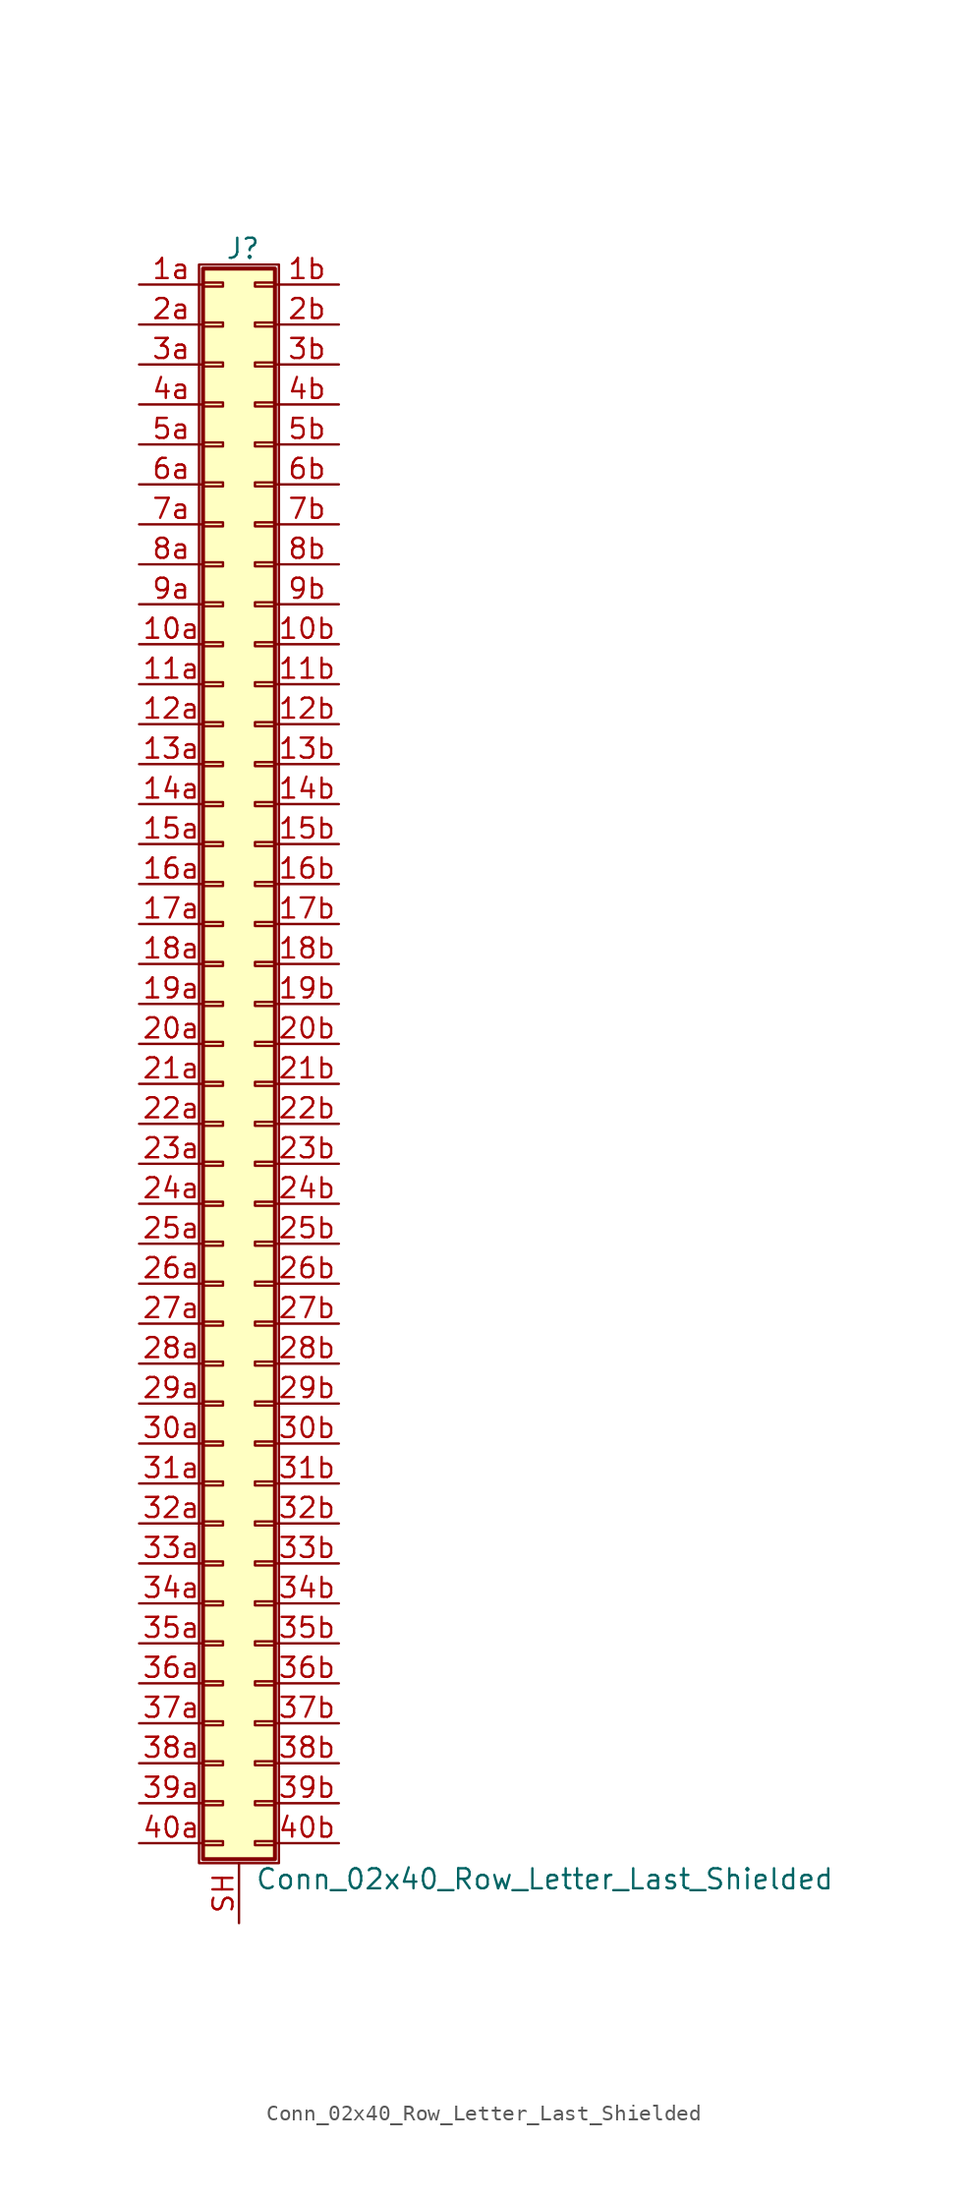
<source format=kicad_sym>
(kicad_symbol_lib
  (version 20201005)
  (generator kicad_symbol_editor)
  (symbol "Connector_Generic_Shielded:Conn_02x40_Row_Letter_Last_Shielded"
    (pin_names
      (offset 1.016) hide)
    (property "Reference" "J"
      (at 1.524 50.546 0)
      (effects (font (size 1.27 1.27))))
    (property "Value" "Conn_02x40_Row_Letter_Last_Shielded"
      (at 2.286 -53.086 0)
      (effects (font (size 1.27 1.27)) (justify left)))
    (symbol "Conn_02x40_Row_Letter_Last_Shielded_1_1"
      (rectangle (start -1.016 -27.813) (end 0.254 -28.067) (stroke (width 0.152)) (fill (type none)))
      (rectangle (start -1.016 -30.353) (end 0.254 -30.607) (stroke (width 0.152)) (fill (type none)))
      (rectangle (start -1.016 -32.893) (end 0.254 -33.147) (stroke (width 0.152)) (fill (type none)))
      (rectangle (start -1.016 -35.433) (end 0.254 -35.687) (stroke (width 0.152)) (fill (type none)))
      (rectangle (start -1.016 -37.973) (end 0.254 -38.227) (stroke (width 0.152)) (fill (type none)))
      (rectangle (start -1.016 -40.513) (end 0.254 -40.767) (stroke (width 0.152)) (fill (type none)))
      (rectangle (start -1.016 -43.053) (end 0.254 -43.307) (stroke (width 0.152)) (fill (type none)))
      (rectangle (start -1.016 -45.593) (end 0.254 -45.847) (stroke (width 0.152)) (fill (type none)))
      (rectangle (start -1.016 -48.133) (end 0.254 -48.387) (stroke (width 0.152)) (fill (type none)))
      (rectangle (start -1.016 -4.953) (end 0.254 -5.207) (stroke (width 0.152)) (fill (type none)))
      (rectangle (start -1.016 -50.673) (end 0.254 -50.927) (stroke (width 0.152)) (fill (type none)))
      (rectangle (start -1.016 -7.493) (end 0.254 -7.747) (stroke (width 0.152)) (fill (type none)))
      (rectangle (start -1.016 -10.033) (end 0.254 -10.287) (stroke (width 0.152)) (fill (type none)))
      (rectangle (start -1.016 -12.573) (end 0.254 -12.827) (stroke (width 0.152)) (fill (type none)))
      (rectangle (start -1.016 -15.113) (end 0.254 -15.367) (stroke (width 0.152)) (fill (type none)))
      (rectangle (start -1.016 -17.653) (end 0.254 -17.907) (stroke (width 0.152)) (fill (type none)))
      (rectangle (start -1.016 -20.193) (end 0.254 -20.447) (stroke (width 0.152)) (fill (type none)))
      (rectangle (start -1.016 -22.733) (end 0.254 -22.987) (stroke (width 0.152)) (fill (type none)))
      (rectangle (start -1.016 -2.413) (end 0.254 -2.667) (stroke (width 0.152)) (fill (type none)))
      (rectangle (start -1.016 -25.273) (end 0.254 -25.527) (stroke (width 0.152)) (fill (type none)))
      (rectangle (start -1.016 25.527) (end 0.254 25.273) (stroke (width 0.152)) (fill (type none)))
      (rectangle (start -1.016 2.667) (end 0.254 2.413) (stroke (width 0.152)) (fill (type none)))
      (rectangle (start -1.016 28.067) (end 0.254 27.813) (stroke (width 0.152)) (fill (type none)))
      (rectangle (start -1.016 30.607) (end 0.254 30.353) (stroke (width 0.152)) (fill (type none)))
      (rectangle (start -1.016 33.147) (end 0.254 32.893) (stroke (width 0.152)) (fill (type none)))
      (rectangle (start -1.016 35.687) (end 0.254 35.433) (stroke (width 0.152)) (fill (type none)))
      (rectangle (start -1.016 38.227) (end 0.254 37.973) (stroke (width 0.152)) (fill (type none)))
      (rectangle (start -1.016 40.767) (end 0.254 40.513) (stroke (width 0.152)) (fill (type none)))
      (rectangle (start -1.016 43.307) (end 0.254 43.053) (stroke (width 0.152)) (fill (type none)))
      (rectangle (start -1.016 45.847) (end 0.254 45.593) (stroke (width 0.152)) (fill (type none)))
      (rectangle (start -1.016 48.387) (end 0.254 48.133) (stroke (width 0.152)) (fill (type none)))
      (rectangle (start -1.016 49.276) (end 3.556 -51.816) (stroke (width 0.254)) (fill (type background)))
      (rectangle (start -1.016 5.207) (end 0.254 4.953) (stroke (width 0.152)) (fill (type none)))
      (rectangle (start -1.016 7.747) (end 0.254 7.493) (stroke (width 0.152)) (fill (type none)))
      (rectangle (start -1.016 10.287) (end 0.254 10.033) (stroke (width 0.152)) (fill (type none)))
      (rectangle (start -1.016 0.127) (end 0.254 -0.127) (stroke (width 0.152)) (fill (type none)))
      (rectangle (start -1.016 12.827) (end 0.254 12.573) (stroke (width 0.152)) (fill (type none)))
      (rectangle (start -1.016 15.367) (end 0.254 15.113) (stroke (width 0.152)) (fill (type none)))
      (rectangle (start -1.016 17.907) (end 0.254 17.653) (stroke (width 0.152)) (fill (type none)))
      (rectangle (start -1.016 20.447) (end 0.254 20.193) (stroke (width 0.152)) (fill (type none)))
      (rectangle (start -1.016 22.987) (end 0.254 22.733) (stroke (width 0.152)) (fill (type none)))
      (rectangle (start -1.27 49.53) (end 3.81 -52.07) (stroke (width 0.152)) (fill (type none)))
      (rectangle (start 3.556 -27.813) (end 2.286 -28.067) (stroke (width 0.152)) (fill (type none)))
      (rectangle (start 3.556 -30.353) (end 2.286 -30.607) (stroke (width 0.152)) (fill (type none)))
      (rectangle (start 3.556 -32.893) (end 2.286 -33.147) (stroke (width 0.152)) (fill (type none)))
      (rectangle (start 3.556 -35.433) (end 2.286 -35.687) (stroke (width 0.152)) (fill (type none)))
      (rectangle (start 3.556 -37.973) (end 2.286 -38.227) (stroke (width 0.152)) (fill (type none)))
      (rectangle (start 3.556 -40.513) (end 2.286 -40.767) (stroke (width 0.152)) (fill (type none)))
      (rectangle (start 3.556 -43.053) (end 2.286 -43.307) (stroke (width 0.152)) (fill (type none)))
      (rectangle (start 3.556 -45.593) (end 2.286 -45.847) (stroke (width 0.152)) (fill (type none)))
      (rectangle (start 3.556 -48.133) (end 2.286 -48.387) (stroke (width 0.152)) (fill (type none)))
      (rectangle (start 3.556 -4.953) (end 2.286 -5.207) (stroke (width 0.152)) (fill (type none)))
      (rectangle (start 3.556 -50.673) (end 2.286 -50.927) (stroke (width 0.152)) (fill (type none)))
      (rectangle (start 3.556 -7.493) (end 2.286 -7.747) (stroke (width 0.152)) (fill (type none)))
      (rectangle (start 3.556 -10.033) (end 2.286 -10.287) (stroke (width 0.152)) (fill (type none)))
      (rectangle (start 3.556 -12.573) (end 2.286 -12.827) (stroke (width 0.152)) (fill (type none)))
      (rectangle (start 3.556 -15.113) (end 2.286 -15.367) (stroke (width 0.152)) (fill (type none)))
      (rectangle (start 3.556 -17.653) (end 2.286 -17.907) (stroke (width 0.152)) (fill (type none)))
      (rectangle (start 3.556 -20.193) (end 2.286 -20.447) (stroke (width 0.152)) (fill (type none)))
      (rectangle (start 3.556 -22.733) (end 2.286 -22.987) (stroke (width 0.152)) (fill (type none)))
      (rectangle (start 3.556 -2.413) (end 2.286 -2.667) (stroke (width 0.152)) (fill (type none)))
      (rectangle (start 3.556 -25.273) (end 2.286 -25.527) (stroke (width 0.152)) (fill (type none)))
      (rectangle (start 3.556 25.527) (end 2.286 25.273) (stroke (width 0.152)) (fill (type none)))
      (rectangle (start 3.556 2.667) (end 2.286 2.413) (stroke (width 0.152)) (fill (type none)))
      (rectangle (start 3.556 28.067) (end 2.286 27.813) (stroke (width 0.152)) (fill (type none)))
      (rectangle (start 3.556 30.607) (end 2.286 30.353) (stroke (width 0.152)) (fill (type none)))
      (rectangle (start 3.556 33.147) (end 2.286 32.893) (stroke (width 0.152)) (fill (type none)))
      (rectangle (start 3.556 35.687) (end 2.286 35.433) (stroke (width 0.152)) (fill (type none)))
      (rectangle (start 3.556 38.227) (end 2.286 37.973) (stroke (width 0.152)) (fill (type none)))
      (rectangle (start 3.556 40.767) (end 2.286 40.513) (stroke (width 0.152)) (fill (type none)))
      (rectangle (start 3.556 43.307) (end 2.286 43.053) (stroke (width 0.152)) (fill (type none)))
      (rectangle (start 3.556 45.847) (end 2.286 45.593) (stroke (width 0.152)) (fill (type none)))
      (rectangle (start 3.556 48.387) (end 2.286 48.133) (stroke (width 0.152)) (fill (type none)))
      (rectangle (start 3.556 5.207) (end 2.286 4.953) (stroke (width 0.152)) (fill (type none)))
      (rectangle (start 3.556 7.747) (end 2.286 7.493) (stroke (width 0.152)) (fill (type none)))
      (rectangle (start 3.556 10.287) (end 2.286 10.033) (stroke (width 0.152)) (fill (type none)))
      (rectangle (start 3.556 0.127) (end 2.286 -0.127) (stroke (width 0.152)) (fill (type none)))
      (rectangle (start 3.556 12.827) (end 2.286 12.573) (stroke (width 0.152)) (fill (type none)))
      (rectangle (start 3.556 15.367) (end 2.286 15.113) (stroke (width 0.152)) (fill (type none)))
      (rectangle (start 3.556 17.907) (end 2.286 17.653) (stroke (width 0.152)) (fill (type none)))
      (rectangle (start 3.556 20.447) (end 2.286 20.193) (stroke (width 0.152)) (fill (type none)))
      (rectangle (start 3.556 22.987) (end 2.286 22.733) (stroke (width 0.152)) (fill (type none)))
      (pin passive line (at -5.08 25.4 0) (length 4.064) (name "Pin_10a" (effects (font (size 1.27 1.27)))) (number "10a" (effects (font (size 1.27 1.27)))))
      (pin passive line (at 7.62 25.4 180) (length 4.064) (name "Pin_10b" (effects (font (size 1.27 1.27)))) (number "10b" (effects (font (size 1.27 1.27)))))
      (pin passive line (at -5.08 22.86 0) (length 4.064) (name "Pin_11a" (effects (font (size 1.27 1.27)))) (number "11a" (effects (font (size 1.27 1.27)))))
      (pin passive line (at 7.62 22.86 180) (length 4.064) (name "Pin_11b" (effects (font (size 1.27 1.27)))) (number "11b" (effects (font (size 1.27 1.27)))))
      (pin passive line (at -5.08 20.32 0) (length 4.064) (name "Pin_12a" (effects (font (size 1.27 1.27)))) (number "12a" (effects (font (size 1.27 1.27)))))
      (pin passive line (at 7.62 20.32 180) (length 4.064) (name "Pin_12b" (effects (font (size 1.27 1.27)))) (number "12b" (effects (font (size 1.27 1.27)))))
      (pin passive line (at -5.08 17.78 0) (length 4.064) (name "Pin_13a" (effects (font (size 1.27 1.27)))) (number "13a" (effects (font (size 1.27 1.27)))))
      (pin passive line (at 7.62 17.78 180) (length 4.064) (name "Pin_13b" (effects (font (size 1.27 1.27)))) (number "13b" (effects (font (size 1.27 1.27)))))
      (pin passive line (at -5.08 15.24 0) (length 4.064) (name "Pin_14a" (effects (font (size 1.27 1.27)))) (number "14a" (effects (font (size 1.27 1.27)))))
      (pin passive line (at 7.62 15.24 180) (length 4.064) (name "Pin_14b" (effects (font (size 1.27 1.27)))) (number "14b" (effects (font (size 1.27 1.27)))))
      (pin passive line (at -5.08 12.7 0) (length 4.064) (name "Pin_15a" (effects (font (size 1.27 1.27)))) (number "15a" (effects (font (size 1.27 1.27)))))
      (pin passive line (at 7.62 12.7 180) (length 4.064) (name "Pin_15b" (effects (font (size 1.27 1.27)))) (number "15b" (effects (font (size 1.27 1.27)))))
      (pin passive line (at -5.08 10.16 0) (length 4.064) (name "Pin_16a" (effects (font (size 1.27 1.27)))) (number "16a" (effects (font (size 1.27 1.27)))))
      (pin passive line (at 7.62 10.16 180) (length 4.064) (name "Pin_16b" (effects (font (size 1.27 1.27)))) (number "16b" (effects (font (size 1.27 1.27)))))
      (pin passive line (at -5.08 7.62 0) (length 4.064) (name "Pin_17a" (effects (font (size 1.27 1.27)))) (number "17a" (effects (font (size 1.27 1.27)))))
      (pin passive line (at 7.62 7.62 180) (length 4.064) (name "Pin_17b" (effects (font (size 1.27 1.27)))) (number "17b" (effects (font (size 1.27 1.27)))))
      (pin passive line (at -5.08 5.08 0) (length 4.064) (name "Pin_18a" (effects (font (size 1.27 1.27)))) (number "18a" (effects (font (size 1.27 1.27)))))
      (pin passive line (at 7.62 5.08 180) (length 4.064) (name "Pin_18b" (effects (font (size 1.27 1.27)))) (number "18b" (effects (font (size 1.27 1.27)))))
      (pin passive line (at -5.08 2.54 0) (length 4.064) (name "Pin_19a" (effects (font (size 1.27 1.27)))) (number "19a" (effects (font (size 1.27 1.27)))))
      (pin passive line (at 7.62 2.54 180) (length 4.064) (name "Pin_19b" (effects (font (size 1.27 1.27)))) (number "19b" (effects (font (size 1.27 1.27)))))
      (pin passive line (at -5.08 48.26 0) (length 4.064) (name "Pin_1a" (effects (font (size 1.27 1.27)))) (number "1a" (effects (font (size 1.27 1.27)))))
      (pin passive line (at 7.62 48.26 180) (length 4.064) (name "Pin_1b" (effects (font (size 1.27 1.27)))) (number "1b" (effects (font (size 1.27 1.27)))))
      (pin passive line (at -5.08 0 0) (length 4.064) (name "Pin_20a" (effects (font (size 1.27 1.27)))) (number "20a" (effects (font (size 1.27 1.27)))))
      (pin passive line (at 7.62 0 180) (length 4.064) (name "Pin_20b" (effects (font (size 1.27 1.27)))) (number "20b" (effects (font (size 1.27 1.27)))))
      (pin passive line (at -5.08 -2.54 0) (length 4.064) (name "Pin_21a" (effects (font (size 1.27 1.27)))) (number "21a" (effects (font (size 1.27 1.27)))))
      (pin passive line (at 7.62 -2.54 180) (length 4.064) (name "Pin_21b" (effects (font (size 1.27 1.27)))) (number "21b" (effects (font (size 1.27 1.27)))))
      (pin passive line (at -5.08 -5.08 0) (length 4.064) (name "Pin_22a" (effects (font (size 1.27 1.27)))) (number "22a" (effects (font (size 1.27 1.27)))))
      (pin passive line (at 7.62 -5.08 180) (length 4.064) (name "Pin_22b" (effects (font (size 1.27 1.27)))) (number "22b" (effects (font (size 1.27 1.27)))))
      (pin passive line (at -5.08 -7.62 0) (length 4.064) (name "Pin_23a" (effects (font (size 1.27 1.27)))) (number "23a" (effects (font (size 1.27 1.27)))))
      (pin passive line (at 7.62 -7.62 180) (length 4.064) (name "Pin_23b" (effects (font (size 1.27 1.27)))) (number "23b" (effects (font (size 1.27 1.27)))))
      (pin passive line (at -5.08 -10.16 0) (length 4.064) (name "Pin_24a" (effects (font (size 1.27 1.27)))) (number "24a" (effects (font (size 1.27 1.27)))))
      (pin passive line (at 7.62 -10.16 180) (length 4.064) (name "Pin_24b" (effects (font (size 1.27 1.27)))) (number "24b" (effects (font (size 1.27 1.27)))))
      (pin passive line (at -5.08 -12.7 0) (length 4.064) (name "Pin_25a" (effects (font (size 1.27 1.27)))) (number "25a" (effects (font (size 1.27 1.27)))))
      (pin passive line (at 7.62 -12.7 180) (length 4.064) (name "Pin_25b" (effects (font (size 1.27 1.27)))) (number "25b" (effects (font (size 1.27 1.27)))))
      (pin passive line (at -5.08 -15.24 0) (length 4.064) (name "Pin_26a" (effects (font (size 1.27 1.27)))) (number "26a" (effects (font (size 1.27 1.27)))))
      (pin passive line (at 7.62 -15.24 180) (length 4.064) (name "Pin_26b" (effects (font (size 1.27 1.27)))) (number "26b" (effects (font (size 1.27 1.27)))))
      (pin passive line (at -5.08 -17.78 0) (length 4.064) (name "Pin_27a" (effects (font (size 1.27 1.27)))) (number "27a" (effects (font (size 1.27 1.27)))))
      (pin passive line (at 7.62 -17.78 180) (length 4.064) (name "Pin_27b" (effects (font (size 1.27 1.27)))) (number "27b" (effects (font (size 1.27 1.27)))))
      (pin passive line (at -5.08 -20.32 0) (length 4.064) (name "Pin_28a" (effects (font (size 1.27 1.27)))) (number "28a" (effects (font (size 1.27 1.27)))))
      (pin passive line (at 7.62 -20.32 180) (length 4.064) (name "Pin_28b" (effects (font (size 1.27 1.27)))) (number "28b" (effects (font (size 1.27 1.27)))))
      (pin passive line (at -5.08 -22.86 0) (length 4.064) (name "Pin_29a" (effects (font (size 1.27 1.27)))) (number "29a" (effects (font (size 1.27 1.27)))))
      (pin passive line (at 7.62 -22.86 180) (length 4.064) (name "Pin_29b" (effects (font (size 1.27 1.27)))) (number "29b" (effects (font (size 1.27 1.27)))))
      (pin passive line (at -5.08 45.72 0) (length 4.064) (name "Pin_2a" (effects (font (size 1.27 1.27)))) (number "2a" (effects (font (size 1.27 1.27)))))
      (pin passive line (at 7.62 45.72 180) (length 4.064) (name "Pin_2b" (effects (font (size 1.27 1.27)))) (number "2b" (effects (font (size 1.27 1.27)))))
      (pin passive line (at -5.08 -25.4 0) (length 4.064) (name "Pin_30a" (effects (font (size 1.27 1.27)))) (number "30a" (effects (font (size 1.27 1.27)))))
      (pin passive line (at 7.62 -25.4 180) (length 4.064) (name "Pin_30b" (effects (font (size 1.27 1.27)))) (number "30b" (effects (font (size 1.27 1.27)))))
      (pin passive line (at -5.08 -27.94 0) (length 4.064) (name "Pin_31a" (effects (font (size 1.27 1.27)))) (number "31a" (effects (font (size 1.27 1.27)))))
      (pin passive line (at 7.62 -27.94 180) (length 4.064) (name "Pin_31b" (effects (font (size 1.27 1.27)))) (number "31b" (effects (font (size 1.27 1.27)))))
      (pin passive line (at -5.08 -30.48 0) (length 4.064) (name "Pin_32a" (effects (font (size 1.27 1.27)))) (number "32a" (effects (font (size 1.27 1.27)))))
      (pin passive line (at 7.62 -30.48 180) (length 4.064) (name "Pin_32b" (effects (font (size 1.27 1.27)))) (number "32b" (effects (font (size 1.27 1.27)))))
      (pin passive line (at -5.08 -33.02 0) (length 4.064) (name "Pin_33a" (effects (font (size 1.27 1.27)))) (number "33a" (effects (font (size 1.27 1.27)))))
      (pin passive line (at 7.62 -33.02 180) (length 4.064) (name "Pin_33b" (effects (font (size 1.27 1.27)))) (number "33b" (effects (font (size 1.27 1.27)))))
      (pin passive line (at -5.08 -35.56 0) (length 4.064) (name "Pin_34a" (effects (font (size 1.27 1.27)))) (number "34a" (effects (font (size 1.27 1.27)))))
      (pin passive line (at 7.62 -35.56 180) (length 4.064) (name "Pin_34b" (effects (font (size 1.27 1.27)))) (number "34b" (effects (font (size 1.27 1.27)))))
      (pin passive line (at -5.08 -38.1 0) (length 4.064) (name "Pin_35a" (effects (font (size 1.27 1.27)))) (number "35a" (effects (font (size 1.27 1.27)))))
      (pin passive line (at 7.62 -38.1 180) (length 4.064) (name "Pin_35b" (effects (font (size 1.27 1.27)))) (number "35b" (effects (font (size 1.27 1.27)))))
      (pin passive line (at -5.08 -40.64 0) (length 4.064) (name "Pin_36a" (effects (font (size 1.27 1.27)))) (number "36a" (effects (font (size 1.27 1.27)))))
      (pin passive line (at 7.62 -40.64 180) (length 4.064) (name "Pin_36b" (effects (font (size 1.27 1.27)))) (number "36b" (effects (font (size 1.27 1.27)))))
      (pin passive line (at -5.08 -43.18 0) (length 4.064) (name "Pin_37a" (effects (font (size 1.27 1.27)))) (number "37a" (effects (font (size 1.27 1.27)))))
      (pin passive line (at 7.62 -43.18 180) (length 4.064) (name "Pin_37b" (effects (font (size 1.27 1.27)))) (number "37b" (effects (font (size 1.27 1.27)))))
      (pin passive line (at -5.08 -45.72 0) (length 4.064) (name "Pin_38a" (effects (font (size 1.27 1.27)))) (number "38a" (effects (font (size 1.27 1.27)))))
      (pin passive line (at 7.62 -45.72 180) (length 4.064) (name "Pin_38b" (effects (font (size 1.27 1.27)))) (number "38b" (effects (font (size 1.27 1.27)))))
      (pin passive line (at -5.08 -48.26 0) (length 4.064) (name "Pin_39a" (effects (font (size 1.27 1.27)))) (number "39a" (effects (font (size 1.27 1.27)))))
      (pin passive line (at 7.62 -48.26 180) (length 4.064) (name "Pin_39b" (effects (font (size 1.27 1.27)))) (number "39b" (effects (font (size 1.27 1.27)))))
      (pin passive line (at -5.08 43.18 0) (length 4.064) (name "Pin_3a" (effects (font (size 1.27 1.27)))) (number "3a" (effects (font (size 1.27 1.27)))))
      (pin passive line (at 7.62 43.18 180) (length 4.064) (name "Pin_3b" (effects (font (size 1.27 1.27)))) (number "3b" (effects (font (size 1.27 1.27)))))
      (pin passive line (at -5.08 -50.8 0) (length 4.064) (name "Pin_40a" (effects (font (size 1.27 1.27)))) (number "40a" (effects (font (size 1.27 1.27)))))
      (pin passive line (at 7.62 -50.8 180) (length 4.064) (name "Pin_40b" (effects (font (size 1.27 1.27)))) (number "40b" (effects (font (size 1.27 1.27)))))
      (pin passive line (at -5.08 40.64 0) (length 4.064) (name "Pin_4a" (effects (font (size 1.27 1.27)))) (number "4a" (effects (font (size 1.27 1.27)))))
      (pin passive line (at 7.62 40.64 180) (length 4.064) (name "Pin_4b" (effects (font (size 1.27 1.27)))) (number "4b" (effects (font (size 1.27 1.27)))))
      (pin passive line (at -5.08 38.1 0) (length 4.064) (name "Pin_5a" (effects (font (size 1.27 1.27)))) (number "5a" (effects (font (size 1.27 1.27)))))
      (pin passive line (at 7.62 38.1 180) (length 4.064) (name "Pin_5b" (effects (font (size 1.27 1.27)))) (number "5b" (effects (font (size 1.27 1.27)))))
      (pin passive line (at -5.08 35.56 0) (length 4.064) (name "Pin_6a" (effects (font (size 1.27 1.27)))) (number "6a" (effects (font (size 1.27 1.27)))))
      (pin passive line (at 7.62 35.56 180) (length 4.064) (name "Pin_6b" (effects (font (size 1.27 1.27)))) (number "6b" (effects (font (size 1.27 1.27)))))
      (pin passive line (at -5.08 33.02 0) (length 4.064) (name "Pin_7a" (effects (font (size 1.27 1.27)))) (number "7a" (effects (font (size 1.27 1.27)))))
      (pin passive line (at 7.62 33.02 180) (length 4.064) (name "Pin_7b" (effects (font (size 1.27 1.27)))) (number "7b" (effects (font (size 1.27 1.27)))))
      (pin passive line (at -5.08 30.48 0) (length 4.064) (name "Pin_8a" (effects (font (size 1.27 1.27)))) (number "8a" (effects (font (size 1.27 1.27)))))
      (pin passive line (at 7.62 30.48 180) (length 4.064) (name "Pin_8b" (effects (font (size 1.27 1.27)))) (number "8b" (effects (font (size 1.27 1.27)))))
      (pin passive line (at -5.08 27.94 0) (length 4.064) (name "Pin_9a" (effects (font (size 1.27 1.27)))) (number "9a" (effects (font (size 1.27 1.27)))))
      (pin passive line (at 7.62 27.94 180) (length 4.064) (name "Pin_9b" (effects (font (size 1.27 1.27)))) (number "9b" (effects (font (size 1.27 1.27)))))
      (pin passive line (at 1.27 -55.88 90) (length 3.81) (name "Shield" (effects (font (size 1.27 1.27)))) (number "SH" (effects (font (size 1.27 1.27))))))))
</source>
